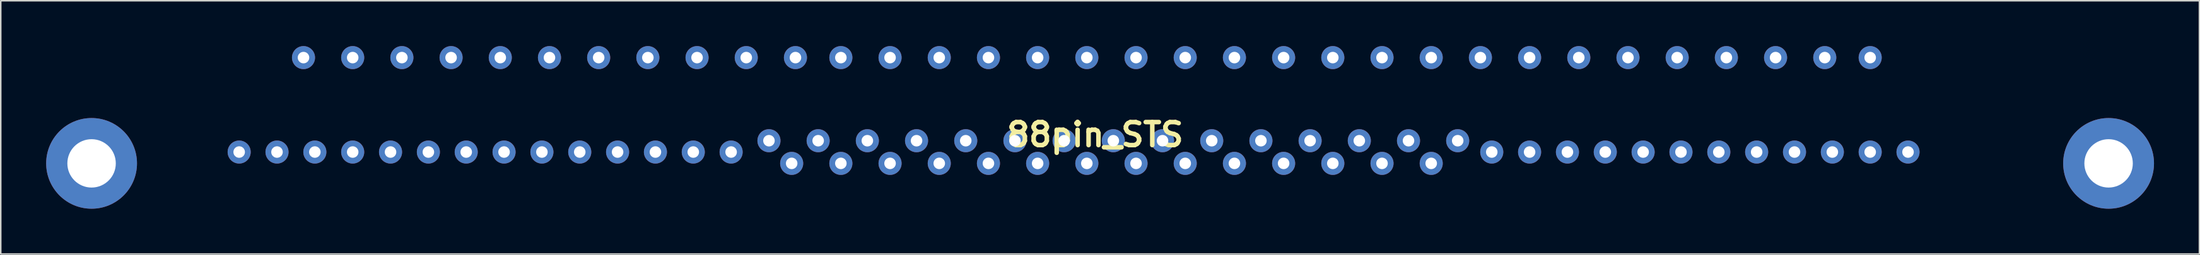
<source format=kicad_pcb>
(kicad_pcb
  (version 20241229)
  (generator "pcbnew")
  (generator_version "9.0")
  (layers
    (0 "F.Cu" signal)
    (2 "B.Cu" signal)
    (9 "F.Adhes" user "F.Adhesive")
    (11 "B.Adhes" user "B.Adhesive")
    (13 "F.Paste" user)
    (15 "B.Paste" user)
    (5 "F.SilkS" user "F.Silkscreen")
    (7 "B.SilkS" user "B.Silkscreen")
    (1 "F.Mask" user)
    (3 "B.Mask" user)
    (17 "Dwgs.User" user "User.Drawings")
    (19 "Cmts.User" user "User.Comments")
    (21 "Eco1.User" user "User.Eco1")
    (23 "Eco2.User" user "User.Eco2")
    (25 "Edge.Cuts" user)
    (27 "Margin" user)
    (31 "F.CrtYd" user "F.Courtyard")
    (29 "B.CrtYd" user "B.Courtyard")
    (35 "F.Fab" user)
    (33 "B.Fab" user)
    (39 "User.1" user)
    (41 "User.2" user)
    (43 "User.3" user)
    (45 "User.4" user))
  (footprint "88pin_STS"
    (layer "F.Cu")
    (at 17 0.762)
    (property "Reference" "88pin_STS" (at 52.3 5.1 0) (layer "F.SilkS") (effects (font (size 1.524 1.524) (thickness 0.3))))
    (attr through_hole)
    (fp_line (start -4.25 6.25) (end 106.25 6.25) (stroke (width 0.12) (type solid)) (layer "Eco2.User"))
    (fp_line (start 0 0) (end 105.3 0) (stroke (width 0.12) (type solid)) (layer "Eco2.User"))
    (fp_line (start 30.75 5.5) (end 76.25 5.5) (stroke (width 0.12) (type solid)) (layer "Eco2.User"))
    (fp_line (start 74.5 7) (end 32.25 7) (stroke (width 0.12) (type solid)) (layer "Eco2.User"))
    (pad "" thru_hole circle (at -14 7) (size 6 6) (drill 3.2) (layers "*.Cu" "*.Mask"))
    (pad "" thru_hole circle (at 119.25 7) (size 6 6) (drill 3.2) (layers "*.Cu" "*.Mask"))
    (pad "1" thru_hole circle (at 0 0) (size 1.524 1.524) (drill 0.762) (layers "*.Cu" "*.Mask"))
    (pad "2" thru_hole circle (at 3.25 0) (size 1.524 1.524) (drill 0.762) (layers "*.Cu" "*.Mask"))
    (pad "3" thru_hole circle (at 6.5 0) (size 1.524 1.524) (drill 0.762) (layers "*.Cu" "*.Mask"))
    (pad "4" thru_hole circle (at 9.75 0) (size 1.524 1.524) (drill 0.762) (layers "*.Cu" "*.Mask"))
    (pad "5" thru_hole circle (at 13 0) (size 1.524 1.524) (drill 0.762) (layers "*.Cu" "*.Mask"))
    (pad "6" thru_hole circle (at 16.25 0) (size 1.524 1.524) (drill 0.762) (layers "*.Cu" "*.Mask"))
    (pad "7" thru_hole circle (at 19.5 0) (size 1.524 1.524) (drill 0.762) (layers "*.Cu" "*.Mask"))
    (pad "8" thru_hole circle (at 22.75 0) (size 1.524 1.524) (drill 0.762) (layers "*.Cu" "*.Mask"))
    (pad "9" thru_hole circle (at 26 0) (size 1.524 1.524) (drill 0.762) (layers "*.Cu" "*.Mask"))
    (pad "10" thru_hole circle (at 29.25 0) (size 1.524 1.524) (drill 0.762) (layers "*.Cu" "*.Mask"))
    (pad "11" thru_hole circle (at 32.5 0) (size 1.524 1.524) (drill 0.762) (layers "*.Cu" "*.Mask"))
    (pad "12" thru_hole circle (at 35.5 0) (size 1.524 1.524) (drill 0.762) (layers "*.Cu" "*.Mask"))
    (pad "13" thru_hole circle (at 38.75 0) (size 1.524 1.524) (drill 0.762) (layers "*.Cu" "*.Mask"))
    (pad "14" thru_hole circle (at 42 0) (size 1.524 1.524) (drill 0.762) (layers "*.Cu" "*.Mask"))
    (pad "15" thru_hole circle (at 45.25 0) (size 1.524 1.524) (drill 0.762) (layers "*.Cu" "*.Mask"))
    (pad "16" thru_hole circle (at 48.5 0) (size 1.524 1.524) (drill 0.762) (layers "*.Cu" "*.Mask"))
    (pad "17" thru_hole circle (at 51.75 0) (size 1.524 1.524) (drill 0.762) (layers "*.Cu" "*.Mask"))
    (pad "18" thru_hole circle (at 55 0) (size 1.524 1.524) (drill 0.762) (layers "*.Cu" "*.Mask"))
    (pad "19" thru_hole circle (at 58.25 0) (size 1.524 1.524) (drill 0.762) (layers "*.Cu" "*.Mask"))
    (pad "20" thru_hole circle (at 61.5 0) (size 1.524 1.524) (drill 0.762) (layers "*.Cu" "*.Mask"))
    (pad "21" thru_hole circle (at 64.75 0) (size 1.524 1.524) (drill 0.762) (layers "*.Cu" "*.Mask"))
    (pad "22" thru_hole circle (at 68 0) (size 1.524 1.524) (drill 0.762) (layers "*.Cu" "*.Mask"))
    (pad "23" thru_hole circle (at 71.25 0) (size 1.524 1.524) (drill 0.762) (layers "*.Cu" "*.Mask"))
    (pad "24" thru_hole circle (at 74.5 0) (size 1.524 1.524) (drill 0.762) (layers "*.Cu" "*.Mask"))
    (pad "25" thru_hole circle (at 77.75 0) (size 1.524 1.524) (drill 0.762) (layers "*.Cu" "*.Mask"))
    (pad "26" thru_hole circle (at 81 0) (size 1.524 1.524) (drill 0.762) (layers "*.Cu" "*.Mask"))
    (pad "27" thru_hole circle (at 84.25 0) (size 1.524 1.524) (drill 0.762) (layers "*.Cu" "*.Mask"))
    (pad "28" thru_hole circle (at 87.5 0) (size 1.524 1.524) (drill 0.762) (layers "*.Cu" "*.Mask"))
    (pad "29" thru_hole circle (at 90.75 0) (size 1.524 1.524) (drill 0.762) (layers "*.Cu" "*.Mask"))
    (pad "30" thru_hole circle (at 94 0) (size 1.524 1.524) (drill 0.762) (layers "*.Cu" "*.Mask"))
    (pad "31" thru_hole circle (at 97.25 0) (size 1.524 1.524) (drill 0.762) (layers "*.Cu" "*.Mask"))
    (pad "32" thru_hole circle (at 100.5 0) (size 1.524 1.524) (drill 0.762) (layers "*.Cu" "*.Mask"))
    (pad "33" thru_hole circle (at 103.5 0) (size 1.524 1.524) (drill 0.762) (layers "*.Cu" "*.Mask"))
    (pad "34" thru_hole circle (at -4.25 6.25) (size 1.524 1.524) (drill 0.762) (layers "*.Cu" "*.Mask"))
    (pad "35" thru_hole circle (at -1.75 6.25) (size 1.524 1.524) (drill 0.762) (layers "*.Cu" "*.Mask"))
    (pad "36" thru_hole circle (at 0.75 6.25) (size 1.524 1.524) (drill 0.762) (layers "*.Cu" "*.Mask"))
    (pad "37" thru_hole circle (at 3.25 6.25) (size 1.524 1.524) (drill 0.762) (layers "*.Cu" "*.Mask"))
    (pad "38" thru_hole circle (at 5.75 6.25) (size 1.524 1.524) (drill 0.762) (layers "*.Cu" "*.Mask"))
    (pad "39" thru_hole circle (at 8.25 6.25) (size 1.524 1.524) (drill 0.762) (layers "*.Cu" "*.Mask"))
    (pad "40" thru_hole circle (at 10.75 6.25) (size 1.524 1.524) (drill 0.762) (layers "*.Cu" "*.Mask"))
    (pad "41" thru_hole circle (at 13.25 6.25) (size 1.524 1.524) (drill 0.762) (layers "*.Cu" "*.Mask"))
    (pad "42" thru_hole circle (at 15.75 6.25) (size 1.524 1.524) (drill 0.762) (layers "*.Cu" "*.Mask"))
    (pad "43" thru_hole circle (at 18.25 6.25) (size 1.524 1.524) (drill 0.762) (layers "*.Cu" "*.Mask"))
    (pad "44" thru_hole circle (at 20.75 6.25) (size 1.524 1.524) (drill 0.762) (layers "*.Cu" "*.Mask"))
    (pad "45" thru_hole circle (at 23.25 6.25) (size 1.524 1.524) (drill 0.762) (layers "*.Cu" "*.Mask"))
    (pad "46" thru_hole circle (at 25.75 6.25) (size 1.524 1.524) (drill 0.762) (layers "*.Cu" "*.Mask"))
    (pad "47" thru_hole circle (at 28.25 6.25) (size 1.524 1.524) (drill 0.762) (layers "*.Cu" "*.Mask"))
    (pad "48" thru_hole circle (at 30.75 5.5) (size 1.524 1.524) (drill 0.762) (layers "*.Cu" "*.Mask"))
    (pad "49" thru_hole circle (at 32.25 7) (size 1.524 1.524) (drill 0.762) (layers "*.Cu" "*.Mask"))
    (pad "50" thru_hole circle (at 34 5.5) (size 1.524 1.524) (drill 0.762) (layers "*.Cu" "*.Mask"))
    (pad "51" thru_hole circle (at 35.5 7) (size 1.524 1.524) (drill 0.762) (layers "*.Cu" "*.Mask"))
    (pad "52" thru_hole circle (at 37.25 5.5) (size 1.524 1.524) (drill 0.762) (layers "*.Cu" "*.Mask"))
    (pad "53" thru_hole circle (at 38.75 7) (size 1.524 1.524) (drill 0.762) (layers "*.Cu" "*.Mask"))
    (pad "54" thru_hole circle (at 40.5 5.5) (size 1.524 1.524) (drill 0.762) (layers "*.Cu" "*.Mask"))
    (pad "55" thru_hole circle (at 42 7) (size 1.524 1.524) (drill 0.762) (layers "*.Cu" "*.Mask"))
    (pad "56" thru_hole circle (at 43.75 5.5) (size 1.524 1.524) (drill 0.762) (layers "*.Cu" "*.Mask"))
    (pad "57" thru_hole circle (at 45.25 7) (size 1.524 1.524) (drill 0.762) (layers "*.Cu" "*.Mask"))
    (pad "58" thru_hole circle (at 47 5.5) (size 1.524 1.524) (drill 0.762) (layers "*.Cu" "*.Mask"))
    (pad "59" thru_hole circle (at 48.5 7) (size 1.524 1.524) (drill 0.762) (layers "*.Cu" "*.Mask"))
    (pad "60" thru_hole circle (at 50.25 5.5) (size 1.524 1.524) (drill 0.762) (layers "*.Cu" "*.Mask"))
    (pad "61" thru_hole circle (at 51.75 7) (size 1.524 1.524) (drill 0.762) (layers "*.Cu" "*.Mask"))
    (pad "62" thru_hole circle (at 53.5 5.5) (size 1.524 1.524) (drill 0.762) (layers "*.Cu" "*.Mask"))
    (pad "63" thru_hole circle (at 55 7) (size 1.524 1.524) (drill 0.762) (layers "*.Cu" "*.Mask"))
    (pad "64" thru_hole circle (at 56.75 5.5) (size 1.524 1.524) (drill 0.762) (layers "*.Cu" "*.Mask"))
    (pad "65" thru_hole circle (at 58.25 7) (size 1.524 1.524) (drill 0.762) (layers "*.Cu" "*.Mask"))
    (pad "66" thru_hole circle (at 60 5.5) (size 1.524 1.524) (drill 0.762) (layers "*.Cu" "*.Mask"))
    (pad "67" thru_hole circle (at 61.5 7) (size 1.524 1.524) (drill 0.762) (layers "*.Cu" "*.Mask"))
    (pad "68" thru_hole circle (at 63.25 5.5) (size 1.524 1.524) (drill 0.762) (layers "*.Cu" "*.Mask"))
    (pad "69" thru_hole circle (at 64.75 7) (size 1.524 1.524) (drill 0.762) (layers "*.Cu" "*.Mask"))
    (pad "70" thru_hole circle (at 66.5 5.5) (size 1.524 1.524) (drill 0.762) (layers "*.Cu" "*.Mask"))
    (pad "71" thru_hole circle (at 68 7) (size 1.524 1.524) (drill 0.762) (layers "*.Cu" "*.Mask"))
    (pad "72" thru_hole circle (at 69.75 5.5) (size 1.524 1.524) (drill 0.762) (layers "*.Cu" "*.Mask"))
    (pad "73" thru_hole circle (at 71.25 7) (size 1.524 1.524) (drill 0.762) (layers "*.Cu" "*.Mask"))
    (pad "74" thru_hole circle (at 73 5.5) (size 1.524 1.524) (drill 0.762) (layers "*.Cu" "*.Mask"))
    (pad "75" thru_hole circle (at 74.5 7) (size 1.524 1.524) (drill 0.762) (layers "*.Cu" "*.Mask"))
    (pad "76" thru_hole circle (at 76.25 5.5) (size 1.524 1.524) (drill 0.762) (layers "*.Cu" "*.Mask"))
    (pad "77" thru_hole circle (at 78.5 6.25) (size 1.524 1.524) (drill 0.762) (layers "*.Cu" "*.Mask"))
    (pad "78" thru_hole circle (at 81 6.25) (size 1.524 1.524) (drill 0.762) (layers "*.Cu" "*.Mask"))
    (pad "79" thru_hole circle (at 83.5 6.25) (size 1.524 1.524) (drill 0.762) (layers "*.Cu" "*.Mask"))
    (pad "80" thru_hole circle (at 86 6.25) (size 1.524 1.524) (drill 0.762) (layers "*.Cu" "*.Mask"))
    (pad "81" thru_hole circle (at 88.5 6.25) (size 1.524 1.524) (drill 0.762) (layers "*.Cu" "*.Mask"))
    (pad "82" thru_hole circle (at 91 6.25) (size 1.524 1.524) (drill 0.762) (layers "*.Cu" "*.Mask"))
    (pad "83" thru_hole circle (at 93.5 6.25) (size 1.524 1.524) (drill 0.762) (layers "*.Cu" "*.Mask"))
    (pad "84" thru_hole circle (at 96 6.25) (size 1.524 1.524) (drill 0.762) (layers "*.Cu" "*.Mask"))
    (pad "85" thru_hole circle (at 98.5 6.25) (size 1.524 1.524) (drill 0.762) (layers "*.Cu" "*.Mask"))
    (pad "86" thru_hole circle (at 101 6.25) (size 1.524 1.524) (drill 0.762) (layers "*.Cu" "*.Mask"))
    (pad "87" thru_hole circle (at 103.5 6.25) (size 1.524 1.524) (drill 0.762) (layers "*.Cu" "*.Mask"))
    (pad "88" thru_hole circle (at 106 6.25) (size 1.524 1.524) (drill 0.762) (layers "*.Cu" "*.Mask")))
  (gr_rect
    (start -3 -3)
    (end 142.25 13.762)
    (stroke (width 0.1) (type default))
    (fill no)
    (layer "Edge.Cuts")))
</source>
